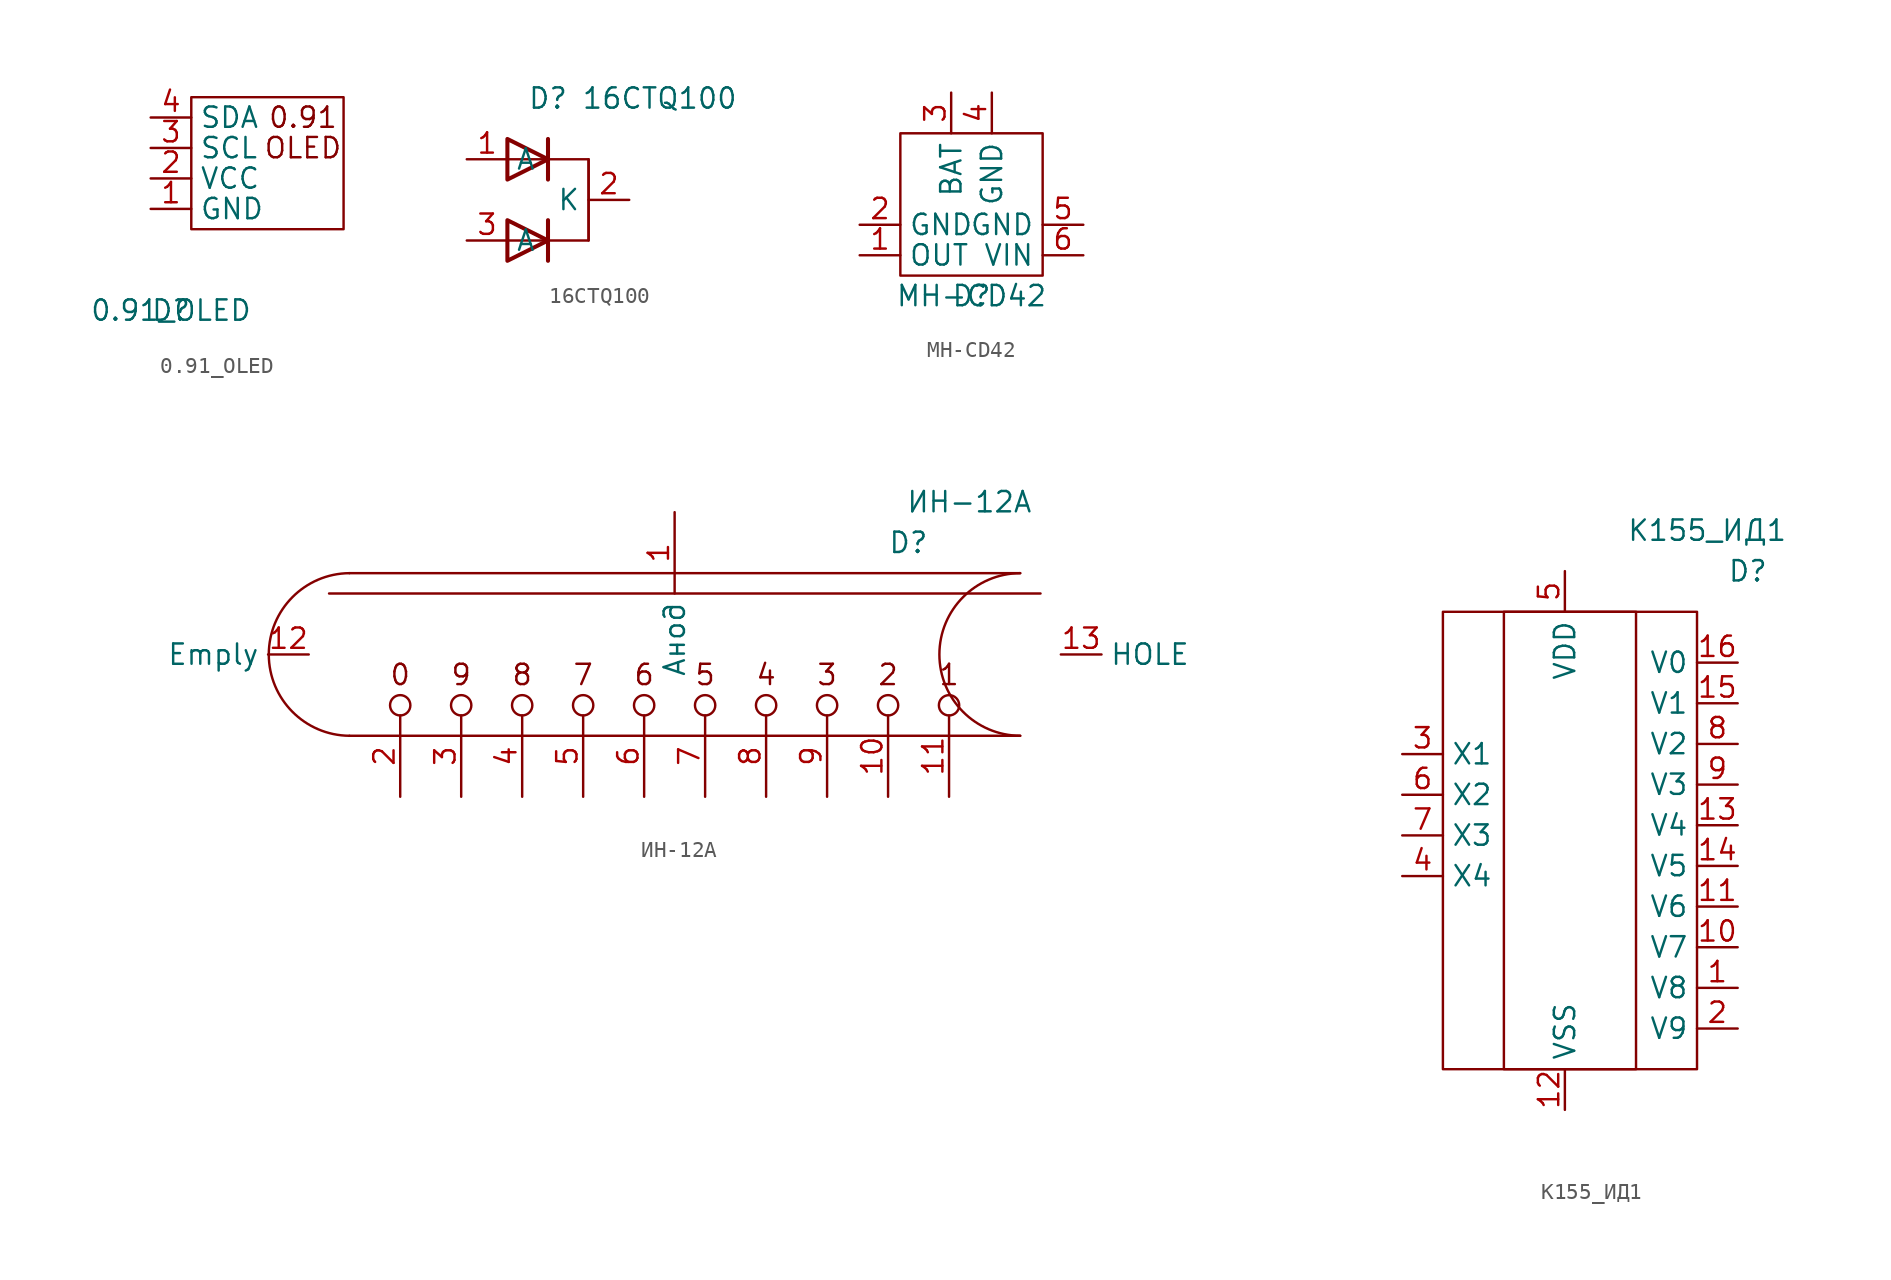
<source format=kicad_sym>
(kicad_symbol_lib
  (version 20211014)
  (generator kicad_symbol_editor)
  (symbol "0.91_OLED"
    (property "Reference" "D"
      (at 0 0 0)
      (effects (font (size 1.27 1.27))))
    (property "Value" "0.91_OLED"
      (at 0 0 0)
      (effects (font (size 1.27 1.27))))
    (symbol "0.91_OLED_0_0"
      (rectangle (start 1.27 13.335) (end 10.795 5.08) (stroke (width 0) (type default) (color 0 0 0 0)) (fill (type none)))
      (text "0.91" (at 8.255 12.065 0) (effects (font (size 1.27 1.27))))
      (text "OLED" (at 8.255 10.16 0) (effects (font (size 1.27 1.27)))))
    (symbol "0.91_OLED_1_1"
      (pin input line (at -1.27 6.35 0) (length 2.54) (name "GND" (effects (font (size 1.27 1.27)))) (number "1" (effects (font (size 1.27 1.27)))))
      (pin input line (at -1.27 8.255 0) (length 2.54) (name "VCC" (effects (font (size 1.27 1.27)))) (number "2" (effects (font (size 1.27 1.27)))))
      (pin input line (at -1.27 10.16 0) (length 2.54) (name "SCL" (effects (font (size 1.27 1.27)))) (number "3" (effects (font (size 1.27 1.27)))))
      (pin input line (at -1.27 12.065 0) (length 2.54) (name "SDA" (effects (font (size 1.27 1.27)))) (number "4" (effects (font (size 1.27 1.27)))))))
  (symbol "16CTQ100"
    (property "Reference" "D"
      (at 0.635 5.08 0)
      (effects (font (size 1.27 1.27))))
    (property "Value" "16CTQ100"
      (at 7.62 5.08 0)
      (effects (font (size 1.27 1.27))))
    (symbol "16CTQ100_0_1"
      (polyline (pts (xy 0.635 -3.81) (xy -1.905 -3.81)) (stroke (width 0) (type default) (color 0 0 0 0)) (fill (type none)))
      (polyline (pts (xy 0.635 -2.54) (xy 0.635 -5.08)) (stroke (width 0.254) (type default) (color 0 0 0 0)) (fill (type none)))
      (polyline (pts (xy 0.635 1.27) (xy -1.905 1.27)) (stroke (width 0) (type default) (color 0 0 0 0)) (fill (type none)))
      (polyline (pts (xy 0.635 2.54) (xy 0.635 0)) (stroke (width 0.254) (type default) (color 0 0 0 0)) (fill (type none)))
      (polyline (pts (xy 3.175 1.27) (xy 3.175 -3.81)) (stroke (width 0) (type default) (color 0 0 0 0)) (fill (type none)))
      (polyline (pts (xy -1.905 -5.08) (xy -1.905 -2.54) (xy 0.635 -3.81) (xy -1.905 -5.08)) (stroke (width 0.254) (type default) (color 0 0 0 0)) (fill (type none)))
      (polyline (pts (xy -1.905 0) (xy -1.905 2.54) (xy 0.635 1.27) (xy -1.905 0)) (stroke (width 0.254) (type default) (color 0 0 0 0)) (fill (type none)))
      (polyline (pts (xy 0.635 1.27) (xy 3.175 1.27) (xy 3.175 -3.81) (xy 0.635 -3.81)) (stroke (width 0) (type default) (color 0 0 0 0)) (fill (type none))))
    (symbol "16CTQ100_1_1"
      (pin passive line (at -4.445 1.27 0) (length 2.54) (name "A" (effects (font (size 1.27 1.27)))) (number "1" (effects (font (size 1.27 1.27)))))
      (pin input line (at 5.715 -1.27 180) (length 2.54) (name "K" (effects (font (size 1.27 1.27)))) (number "2" (effects (font (size 1.27 1.27)))))
      (pin passive line (at -4.445 -3.81 0) (length 2.54) (name "A" (effects (font (size 1.27 1.27)))) (number "3" (effects (font (size 1.27 1.27)))))))
  (symbol "MH-CD42"
    (property "Reference" "D"
      (at 0 0 0)
      (effects (font (size 1.27 1.27))))
    (property "Value" "MH-CD42"
      (at 0 0 0)
      (effects (font (size 1.27 1.27))))
    (symbol "MH-CD42_0_1"
      (rectangle (start -4.445 10.16) (end 4.445 1.27) (stroke (width 0) (type default) (color 0 0 0 0)) (fill (type none))))
    (symbol "MH-CD42_1_1"
      (pin passive line (at -6.985 2.54 0) (length 2.54) (name "OUT" (effects (font (size 1.27 1.27)))) (number "1" (effects (font (size 1.27 1.27)))))
      (pin passive line (at -6.985 4.445 0) (length 2.54) (name "GND" (effects (font (size 1.27 1.27)))) (number "2" (effects (font (size 1.27 1.27)))))
      (pin passive line (at -1.27 12.7 270) (length 2.54) (name "BAT" (effects (font (size 1.27 1.27)))) (number "3" (effects (font (size 1.27 1.27)))))
      (pin passive line (at 1.27 12.7 270) (length 2.54) (name "GND" (effects (font (size 1.27 1.27)))) (number "4" (effects (font (size 1.27 1.27)))))
      (pin passive line (at 6.985 4.445 180) (length 2.54) (name "GND" (effects (font (size 1.27 1.27)))) (number "5" (effects (font (size 1.27 1.27)))))
      (pin passive line (at 6.985 2.54 180) (length 2.54) (name "VIN" (effects (font (size 1.27 1.27)))) (number "6" (effects (font (size 1.27 1.27)))))))
  (symbol "ИН-12А"
    (property "Reference" "D"
      (at 13.97 8.255 0)
      (effects (font (size 1.27 1.27))))
    (property "Value" "ИН-12А"
      (at 17.78 10.795 0)
      (effects (font (size 1.27 1.27))))
    (symbol "ИН-12А_0_0"
      (text "0" (at -17.78 0 0) (effects (font (size 1.27 1.27))))
      (text "1" (at 16.51 0 0) (effects (font (size 1.27 1.27))))
      (text "2" (at 12.7 0 0) (effects (font (size 1.27 1.27))))
      (text "3" (at 8.89 0 0) (effects (font (size 1.27 1.27))))
      (text "4" (at 5.08 0 0) (effects (font (size 1.27 1.27))))
      (text "5" (at 1.27 0 0) (effects (font (size 1.27 1.27))))
      (text "6" (at -2.54 0 0) (effects (font (size 1.27 1.27))))
      (text "7" (at -6.35 0 0) (effects (font (size 1.27 1.27))))
      (text "8" (at -10.16 0 0) (effects (font (size 1.27 1.27))))
      (text "9" (at -13.97 0 0) (effects (font (size 1.27 1.27)))))
    (symbol "ИН-12А_0_1"
      (arc (start -20.955 6.35) (mid -25.9901 1.27) (end -20.955 -3.81) (stroke (width 0) (type default) (color 0 0 0 0)) (fill (type none)))
      (circle (center -17.78 -1.905) (radius 0.635) (stroke (width 0) (type default) (color 0 0 0 0)) (fill (type none)))
      (circle (center -13.97 -1.905) (radius 0.635) (stroke (width 0) (type default) (color 0 0 0 0)) (fill (type none)))
      (circle (center -10.16 -1.905) (radius 0.635) (stroke (width 0) (type default) (color 0 0 0 0)) (fill (type none)))
      (circle (center -6.35 -1.905) (radius 0.635) (stroke (width 0) (type default) (color 0 0 0 0)) (fill (type none)))
      (circle (center -2.54 -1.905) (radius 0.635) (stroke (width 0) (type default) (color 0 0 0 0)) (fill (type none)))
      (polyline (pts (xy -20.955 6.35) (xy 20.955 6.35)) (stroke (width 0) (type default) (color 0 0 0 0)) (fill (type none)))
      (polyline (pts (xy 20.955 -3.81) (xy -20.955 -3.81)) (stroke (width 0) (type default) (color 0 0 0 0)) (fill (type none)))
      (polyline (pts (xy 22.225 5.08) (xy -22.225 5.08)) (stroke (width 0) (type default) (color 0 0 0 0)) (fill (type none)))
      (circle (center 1.27 -1.905) (radius 0.635) (stroke (width 0) (type default) (color 0 0 0 0)) (fill (type none)))
      (circle (center 5.08 -1.905) (radius 0.635) (stroke (width 0) (type default) (color 0 0 0 0)) (fill (type none)))
      (circle (center 8.89 -1.905) (radius 0.635) (stroke (width 0) (type default) (color 0 0 0 0)) (fill (type none)))
      (circle (center 12.7 -1.905) (radius 0.635) (stroke (width 0) (type default) (color 0 0 0 0)) (fill (type none)))
      (circle (center 16.51 -1.905) (radius 0.635) (stroke (width 0) (type default) (color 0 0 0 0)) (fill (type none)))
      (arc (start 20.955 6.35) (mid 15.843 1.27) (end 20.955 -3.81) (stroke (width 0) (type default) (color 0 0 0 0)) (fill (type none))))
    (symbol "ИН-12А_1_1"
      (pin input line (at -0.635 10.16 270) (length 5.08) (name "Анод" (effects (font (size 1.27 1.27)))) (number "1" (effects (font (size 1.27 1.27)))))
      (pin input line (at 12.7 -7.62 90) (length 5.08) (name "~" (effects (font (size 1.27 1.27)))) (number "10" (effects (font (size 1.27 1.27)))))
      (pin input line (at 16.51 -7.62 90) (length 5.08) (name "~" (effects (font (size 1.27 1.27)))) (number "11" (effects (font (size 1.27 1.27)))))
      (pin input line (at -23.495 1.27 180) (length 2.54) (name "Emply" (effects (font (size 1.27 1.27)))) (number "12" (effects (font (size 1.27 1.27)))))
      (pin input line (at 23.495 1.27 0) (length 2.54) (name "HOLE" (effects (font (size 1.27 1.27)))) (number "13" (effects (font (size 1.27 1.27)))))
      (pin input line (at -17.78 -7.62 90) (length 5.08) (name "~" (effects (font (size 1.27 1.27)))) (number "2" (effects (font (size 1.27 1.27)))))
      (pin input line (at -13.97 -7.62 90) (length 5.08) (name "~" (effects (font (size 1.27 1.27)))) (number "3" (effects (font (size 1.27 1.27)))))
      (pin input line (at -10.16 -7.62 90) (length 5.08) (name "~" (effects (font (size 1.27 1.27)))) (number "4" (effects (font (size 1.27 1.27)))))
      (pin input line (at -6.35 -7.62 90) (length 5.08) (name "~" (effects (font (size 1.27 1.27)))) (number "5" (effects (font (size 1.27 1.27)))))
      (pin input line (at -2.54 -7.62 90) (length 5.08) (name "~" (effects (font (size 1.27 1.27)))) (number "6" (effects (font (size 1.27 1.27)))))
      (pin input line (at 1.27 -7.62 90) (length 5.08) (name "~" (effects (font (size 1.27 1.27)))) (number "7" (effects (font (size 1.27 1.27)))))
      (pin input line (at 5.08 -7.62 90) (length 5.08) (name "~" (effects (font (size 1.27 1.27)))) (number "8" (effects (font (size 1.27 1.27)))))
      (pin input line (at 8.89 -7.62 90) (length 5.08) (name "~" (effects (font (size 1.27 1.27)))) (number "9" (effects (font (size 1.27 1.27)))))))
  (symbol "К155_ИД1"
    (property "Reference" "D"
      (at 12.065 16.51 0)
      (effects (font (size 1.27 1.27))))
    (property "Value" "К155_ИД1"
      (at 9.525 19.05 0)
      (effects (font (size 1.27 1.27))))
    (symbol "К155_ИД1_0_1"
      (rectangle (start -6.985 13.97) (end 8.89 -14.605) (stroke (width 0) (type default) (color 0 0 0 0)) (fill (type none)))
      (rectangle (start -3.175 13.97) (end 5.08 -14.605) (stroke (width 0) (type default) (color 0 0 0 0)) (fill (type none))))
    (symbol "К155_ИД1_1_1"
      (pin input line (at 11.43 -9.525 180) (length 2.54) (name "V8" (effects (font (size 1.27 1.27)))) (number "1" (effects (font (size 1.27 1.27)))))
      (pin input line (at 11.43 -6.985 180) (length 2.54) (name "V7" (effects (font (size 1.27 1.27)))) (number "10" (effects (font (size 1.27 1.27)))))
      (pin input line (at 11.43 -4.445 180) (length 2.54) (name "V6" (effects (font (size 1.27 1.27)))) (number "11" (effects (font (size 1.27 1.27)))))
      (pin input line (at 0.635 -17.145 90) (length 2.54) (name "VSS" (effects (font (size 1.27 1.27)))) (number "12" (effects (font (size 1.27 1.27)))))
      (pin input line (at 11.43 0.635 180) (length 2.54) (name "V4" (effects (font (size 1.27 1.27)))) (number "13" (effects (font (size 1.27 1.27)))))
      (pin input line (at 11.43 -1.905 180) (length 2.54) (name "V5" (effects (font (size 1.27 1.27)))) (number "14" (effects (font (size 1.27 1.27)))))
      (pin input line (at 11.43 8.255 180) (length 2.54) (name "V1" (effects (font (size 1.27 1.27)))) (number "15" (effects (font (size 1.27 1.27)))))
      (pin input line (at 11.43 10.795 180) (length 2.54) (name "V0" (effects (font (size 1.27 1.27)))) (number "16" (effects (font (size 1.27 1.27)))))
      (pin input line (at 11.43 -12.065 180) (length 2.54) (name "V9" (effects (font (size 1.27 1.27)))) (number "2" (effects (font (size 1.27 1.27)))))
      (pin input line (at -9.525 5.08 0) (length 2.54) (name "X1" (effects (font (size 1.27 1.27)))) (number "3" (effects (font (size 1.27 1.27)))))
      (pin input line (at -9.525 -2.54 0) (length 2.54) (name "X4" (effects (font (size 1.27 1.27)))) (number "4" (effects (font (size 1.27 1.27)))))
      (pin input line (at 0.635 16.51 270) (length 2.54) (name "VDD" (effects (font (size 1.27 1.27)))) (number "5" (effects (font (size 1.27 1.27)))))
      (pin input line (at -9.525 2.54 0) (length 2.54) (name "X2" (effects (font (size 1.27 1.27)))) (number "6" (effects (font (size 1.27 1.27)))))
      (pin input line (at -9.525 0 0) (length 2.54) (name "X3" (effects (font (size 1.27 1.27)))) (number "7" (effects (font (size 1.27 1.27)))))
      (pin input line (at 11.43 5.715 180) (length 2.54) (name "V2" (effects (font (size 1.27 1.27)))) (number "8" (effects (font (size 1.27 1.27)))))
      (pin input line (at 11.43 3.175 180) (length 2.54) (name "V3" (effects (font (size 1.27 1.27)))) (number "9" (effects (font (size 1.27 1.27))))))))
</source>
